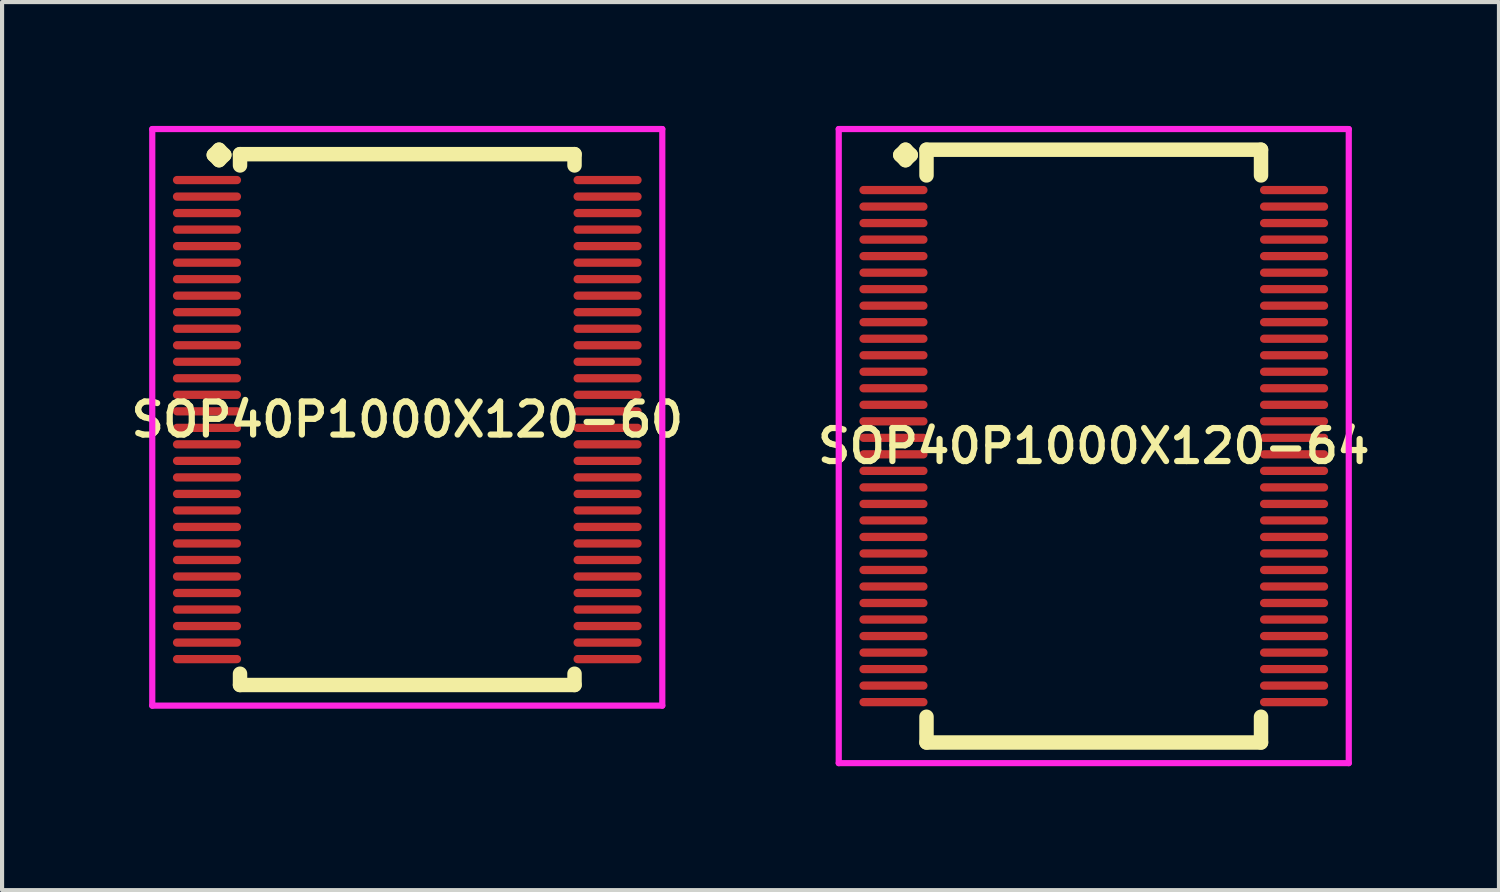
<source format=kicad_pcb>
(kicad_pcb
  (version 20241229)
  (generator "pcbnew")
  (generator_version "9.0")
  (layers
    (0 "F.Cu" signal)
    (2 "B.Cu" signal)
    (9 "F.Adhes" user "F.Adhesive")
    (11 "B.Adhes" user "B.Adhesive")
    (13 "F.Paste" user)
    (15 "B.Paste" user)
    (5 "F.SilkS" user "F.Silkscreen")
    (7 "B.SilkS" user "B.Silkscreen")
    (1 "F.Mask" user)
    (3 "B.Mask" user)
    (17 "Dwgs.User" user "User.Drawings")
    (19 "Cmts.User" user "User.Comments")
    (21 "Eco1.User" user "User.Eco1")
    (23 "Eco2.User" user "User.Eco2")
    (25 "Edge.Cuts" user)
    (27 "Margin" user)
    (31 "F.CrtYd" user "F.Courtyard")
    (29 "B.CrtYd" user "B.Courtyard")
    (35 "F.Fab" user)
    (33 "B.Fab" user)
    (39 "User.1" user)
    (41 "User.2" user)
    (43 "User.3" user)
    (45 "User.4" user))
  (footprint "SOP40P1000X120-60"
    (layer "F.Cu")
    (at 6.812 7.11)
    (property "Reference" "SOP40P1000X120-60" (at 0 0 0) (layer "F.SilkS") (effects (font (size 0.8 0.8) (thickness 0.15))))
    (attr smd)
    (fp_line (start -4.685 -6.408) (end -4.558 -6.535) (stroke (width 0.35) (type solid)) (layer "F.SilkS"))
    (fp_line (start -4.558 -6.535) (end -4.431 -6.408) (stroke (width 0.35) (type solid)) (layer "F.SilkS"))
    (fp_line (start -4.558 -6.281) (end -4.685 -6.408) (stroke (width 0.35) (type solid)) (layer "F.SilkS"))
    (fp_line (start -4.431 -6.408) (end -4.558 -6.281) (stroke (width 0.35) (type solid)) (layer "F.SilkS"))
    (fp_line (start -4.05 -6.427) (end 4.05 -6.427) (stroke (width 0.35) (type solid)) (layer "F.SilkS"))
    (fp_line (start -4.05 -6.154) (end -4.05 -6.427) (stroke (width 0.35) (type solid)) (layer "F.SilkS"))
    (fp_line (start -4.05 6.154) (end -4.05 6.427) (stroke (width 0.35) (type solid)) (layer "F.SilkS"))
    (fp_line (start -4.05 6.427) (end 4.05 6.427) (stroke (width 0.35) (type solid)) (layer "F.SilkS"))
    (fp_line (start 4.05 -6.427) (end 4.05 -6.154) (stroke (width 0.35) (type solid)) (layer "F.SilkS"))
    (fp_line (start 4.05 6.427) (end 4.05 6.154) (stroke (width 0.35) (type solid)) (layer "F.SilkS"))
    (fp_line (start -6.175 -7.035) (end 6.175 -7.035) (stroke (width 0.15) (type solid)) (layer "F.CrtYd"))
    (fp_line (start -6.175 6.927) (end -6.175 -7.035) (stroke (width 0.15) (type solid)) (layer "F.CrtYd"))
    (fp_line (start 6.175 -7.035) (end 6.175 6.927) (stroke (width 0.15) (type solid)) (layer "F.CrtYd"))
    (fp_line (start 6.175 6.927) (end -6.175 6.927) (stroke (width 0.15) (type solid)) (layer "F.CrtYd"))
    (pad "1" smd oval (at -4.85 -5.8) (size 1.65 0.2) (layers "F.Cu" "F.Mask" "F.Paste"))
    (pad "2" smd oval (at -4.85 -5.4) (size 1.65 0.2) (layers "F.Cu" "F.Mask" "F.Paste"))
    (pad "3" smd oval (at -4.85 -5) (size 1.65 0.2) (layers "F.Cu" "F.Mask" "F.Paste"))
    (pad "4" smd oval (at -4.85 -4.6) (size 1.65 0.2) (layers "F.Cu" "F.Mask" "F.Paste"))
    (pad "5" smd oval (at -4.85 -4.2) (size 1.65 0.2) (layers "F.Cu" "F.Mask" "F.Paste"))
    (pad "6" smd oval (at -4.85 -3.8) (size 1.65 0.2) (layers "F.Cu" "F.Mask" "F.Paste"))
    (pad "7" smd oval (at -4.85 -3.4) (size 1.65 0.2) (layers "F.Cu" "F.Mask" "F.Paste"))
    (pad "8" smd oval (at -4.85 -3) (size 1.65 0.2) (layers "F.Cu" "F.Mask" "F.Paste"))
    (pad "9" smd oval (at -4.85 -2.6) (size 1.65 0.2) (layers "F.Cu" "F.Mask" "F.Paste"))
    (pad "10" smd oval (at -4.85 -2.2) (size 1.65 0.2) (layers "F.Cu" "F.Mask" "F.Paste"))
    (pad "11" smd oval (at -4.85 -1.8) (size 1.65 0.2) (layers "F.Cu" "F.Mask" "F.Paste"))
    (pad "12" smd oval (at -4.85 -1.4) (size 1.65 0.2) (layers "F.Cu" "F.Mask" "F.Paste"))
    (pad "13" smd oval (at -4.85 -1) (size 1.65 0.2) (layers "F.Cu" "F.Mask" "F.Paste"))
    (pad "14" smd oval (at -4.85 -0.6) (size 1.65 0.2) (layers "F.Cu" "F.Mask" "F.Paste"))
    (pad "15" smd oval (at -4.85 -0.2) (size 1.65 0.2) (layers "F.Cu" "F.Mask" "F.Paste"))
    (pad "16" smd oval (at -4.85 0.2) (size 1.65 0.2) (layers "F.Cu" "F.Mask" "F.Paste"))
    (pad "17" smd oval (at -4.85 0.6) (size 1.65 0.2) (layers "F.Cu" "F.Mask" "F.Paste"))
    (pad "18" smd oval (at -4.85 1) (size 1.65 0.2) (layers "F.Cu" "F.Mask" "F.Paste"))
    (pad "19" smd oval (at -4.85 1.4) (size 1.65 0.2) (layers "F.Cu" "F.Mask" "F.Paste"))
    (pad "20" smd oval (at -4.85 1.8) (size 1.65 0.2) (layers "F.Cu" "F.Mask" "F.Paste"))
    (pad "21" smd oval (at -4.85 2.2) (size 1.65 0.2) (layers "F.Cu" "F.Mask" "F.Paste"))
    (pad "22" smd oval (at -4.85 2.6) (size 1.65 0.2) (layers "F.Cu" "F.Mask" "F.Paste"))
    (pad "23" smd oval (at -4.85 3) (size 1.65 0.2) (layers "F.Cu" "F.Mask" "F.Paste"))
    (pad "24" smd oval (at -4.85 3.4) (size 1.65 0.2) (layers "F.Cu" "F.Mask" "F.Paste"))
    (pad "25" smd oval (at -4.85 3.8) (size 1.65 0.2) (layers "F.Cu" "F.Mask" "F.Paste"))
    (pad "26" smd oval (at -4.85 4.2) (size 1.65 0.2) (layers "F.Cu" "F.Mask" "F.Paste"))
    (pad "27" smd oval (at -4.85 4.6) (size 1.65 0.2) (layers "F.Cu" "F.Mask" "F.Paste"))
    (pad "28" smd oval (at -4.85 5) (size 1.65 0.2) (layers "F.Cu" "F.Mask" "F.Paste"))
    (pad "29" smd oval (at -4.85 5.4) (size 1.65 0.2) (layers "F.Cu" "F.Mask" "F.Paste"))
    (pad "30" smd oval (at -4.85 5.8) (size 1.65 0.2) (layers "F.Cu" "F.Mask" "F.Paste"))
    (pad "31" smd oval (at 4.85 5.8) (size 1.65 0.2) (layers "F.Cu" "F.Mask" "F.Paste"))
    (pad "32" smd oval (at 4.85 5.4) (size 1.65 0.2) (layers "F.Cu" "F.Mask" "F.Paste"))
    (pad "33" smd oval (at 4.85 5) (size 1.65 0.2) (layers "F.Cu" "F.Mask" "F.Paste"))
    (pad "34" smd oval (at 4.85 4.6) (size 1.65 0.2) (layers "F.Cu" "F.Mask" "F.Paste"))
    (pad "35" smd oval (at 4.85 4.2) (size 1.65 0.2) (layers "F.Cu" "F.Mask" "F.Paste"))
    (pad "36" smd oval (at 4.85 3.8) (size 1.65 0.2) (layers "F.Cu" "F.Mask" "F.Paste"))
    (pad "37" smd oval (at 4.85 3.4) (size 1.65 0.2) (layers "F.Cu" "F.Mask" "F.Paste"))
    (pad "38" smd oval (at 4.85 3) (size 1.65 0.2) (layers "F.Cu" "F.Mask" "F.Paste"))
    (pad "39" smd oval (at 4.85 2.6) (size 1.65 0.2) (layers "F.Cu" "F.Mask" "F.Paste"))
    (pad "40" smd oval (at 4.85 2.2) (size 1.65 0.2) (layers "F.Cu" "F.Mask" "F.Paste"))
    (pad "41" smd oval (at 4.85 1.8) (size 1.65 0.2) (layers "F.Cu" "F.Mask" "F.Paste"))
    (pad "42" smd oval (at 4.85 1.4) (size 1.65 0.2) (layers "F.Cu" "F.Mask" "F.Paste"))
    (pad "43" smd oval (at 4.85 1) (size 1.65 0.2) (layers "F.Cu" "F.Mask" "F.Paste"))
    (pad "44" smd oval (at 4.85 0.6) (size 1.65 0.2) (layers "F.Cu" "F.Mask" "F.Paste"))
    (pad "45" smd oval (at 4.85 0.2) (size 1.65 0.2) (layers "F.Cu" "F.Mask" "F.Paste"))
    (pad "46" smd oval (at 4.85 -0.2) (size 1.65 0.2) (layers "F.Cu" "F.Mask" "F.Paste"))
    (pad "47" smd oval (at 4.85 -0.6) (size 1.65 0.2) (layers "F.Cu" "F.Mask" "F.Paste"))
    (pad "48" smd oval (at 4.85 -1) (size 1.65 0.2) (layers "F.Cu" "F.Mask" "F.Paste"))
    (pad "49" smd oval (at 4.85 -1.4) (size 1.65 0.2) (layers "F.Cu" "F.Mask" "F.Paste"))
    (pad "50" smd oval (at 4.85 -1.8) (size 1.65 0.2) (layers "F.Cu" "F.Mask" "F.Paste"))
    (pad "51" smd oval (at 4.85 -2.2) (size 1.65 0.2) (layers "F.Cu" "F.Mask" "F.Paste"))
    (pad "52" smd oval (at 4.85 -2.6) (size 1.65 0.2) (layers "F.Cu" "F.Mask" "F.Paste"))
    (pad "53" smd oval (at 4.85 -3) (size 1.65 0.2) (layers "F.Cu" "F.Mask" "F.Paste"))
    (pad "54" smd oval (at 4.85 -3.4) (size 1.65 0.2) (layers "F.Cu" "F.Mask" "F.Paste"))
    (pad "55" smd oval (at 4.85 -3.8) (size 1.65 0.2) (layers "F.Cu" "F.Mask" "F.Paste"))
    (pad "56" smd oval (at 4.85 -4.2) (size 1.65 0.2) (layers "F.Cu" "F.Mask" "F.Paste"))
    (pad "57" smd oval (at 4.85 -4.6) (size 1.65 0.2) (layers "F.Cu" "F.Mask" "F.Paste"))
    (pad "58" smd oval (at 4.85 -5) (size 1.65 0.2) (layers "F.Cu" "F.Mask" "F.Paste"))
    (pad "59" smd oval (at 4.85 -5.4) (size 1.65 0.2) (layers "F.Cu" "F.Mask" "F.Paste"))
    (pad "60" smd oval (at 4.85 -5.8) (size 1.65 0.2) (layers "F.Cu" "F.Mask" "F.Paste")))
  (footprint "SOP40P1000X120-64"
    (layer "F.Cu")
    (at 23.435 7.752)
    (property "Reference" "SOP40P1000X120-64" (at 0 0 0) (layer "F.SilkS") (effects (font (size 0.8 0.8) (thickness 0.15))))
    (attr smd)
    (fp_line (start -4.685 -7.05) (end -4.558 -7.177) (stroke (width 0.35) (type solid)) (layer "F.SilkS"))
    (fp_line (start -4.558 -7.177) (end -4.431 -7.05) (stroke (width 0.35) (type solid)) (layer "F.SilkS"))
    (fp_line (start -4.558 -6.923) (end -4.685 -7.05) (stroke (width 0.35) (type solid)) (layer "F.SilkS"))
    (fp_line (start -4.431 -7.05) (end -4.558 -6.923) (stroke (width 0.35) (type solid)) (layer "F.SilkS"))
    (fp_line (start -4.05 -7.177) (end 4.05 -7.177) (stroke (width 0.35) (type solid)) (layer "F.SilkS"))
    (fp_line (start -4.05 -6.554) (end -4.05 -7.177) (stroke (width 0.35) (type solid)) (layer "F.SilkS"))
    (fp_line (start -4.05 6.554) (end -4.05 7.177) (stroke (width 0.35) (type solid)) (layer "F.SilkS"))
    (fp_line (start -4.05 7.177) (end 4.05 7.177) (stroke (width 0.35) (type solid)) (layer "F.SilkS"))
    (fp_line (start 4.05 -7.177) (end 4.05 -6.554) (stroke (width 0.35) (type solid)) (layer "F.SilkS"))
    (fp_line (start 4.05 7.177) (end 4.05 6.554) (stroke (width 0.35) (type solid)) (layer "F.SilkS"))
    (fp_line (start -6.175 -7.677) (end 6.175 -7.677) (stroke (width 0.15) (type solid)) (layer "F.CrtYd"))
    (fp_line (start -6.175 7.677) (end -6.175 -7.677) (stroke (width 0.15) (type solid)) (layer "F.CrtYd"))
    (fp_line (start 6.175 -7.677) (end 6.175 7.677) (stroke (width 0.15) (type solid)) (layer "F.CrtYd"))
    (fp_line (start 6.175 7.677) (end -6.175 7.677) (stroke (width 0.15) (type solid)) (layer "F.CrtYd"))
    (pad "1" smd oval (at -4.85 -6.2) (size 1.65 0.2) (layers "F.Cu" "F.Mask" "F.Paste"))
    (pad "2" smd oval (at -4.85 -5.8) (size 1.65 0.2) (layers "F.Cu" "F.Mask" "F.Paste"))
    (pad "3" smd oval (at -4.85 -5.4) (size 1.65 0.2) (layers "F.Cu" "F.Mask" "F.Paste"))
    (pad "4" smd oval (at -4.85 -5) (size 1.65 0.2) (layers "F.Cu" "F.Mask" "F.Paste"))
    (pad "5" smd oval (at -4.85 -4.6) (size 1.65 0.2) (layers "F.Cu" "F.Mask" "F.Paste"))
    (pad "6" smd oval (at -4.85 -4.2) (size 1.65 0.2) (layers "F.Cu" "F.Mask" "F.Paste"))
    (pad "7" smd oval (at -4.85 -3.8) (size 1.65 0.2) (layers "F.Cu" "F.Mask" "F.Paste"))
    (pad "8" smd oval (at -4.85 -3.4) (size 1.65 0.2) (layers "F.Cu" "F.Mask" "F.Paste"))
    (pad "9" smd oval (at -4.85 -3) (size 1.65 0.2) (layers "F.Cu" "F.Mask" "F.Paste"))
    (pad "10" smd oval (at -4.85 -2.6) (size 1.65 0.2) (layers "F.Cu" "F.Mask" "F.Paste"))
    (pad "11" smd oval (at -4.85 -2.2) (size 1.65 0.2) (layers "F.Cu" "F.Mask" "F.Paste"))
    (pad "12" smd oval (at -4.85 -1.8) (size 1.65 0.2) (layers "F.Cu" "F.Mask" "F.Paste"))
    (pad "13" smd oval (at -4.85 -1.4) (size 1.65 0.2) (layers "F.Cu" "F.Mask" "F.Paste"))
    (pad "14" smd oval (at -4.85 -1) (size 1.65 0.2) (layers "F.Cu" "F.Mask" "F.Paste"))
    (pad "15" smd oval (at -4.85 -0.6) (size 1.65 0.2) (layers "F.Cu" "F.Mask" "F.Paste"))
    (pad "16" smd oval (at -4.85 -0.2) (size 1.65 0.2) (layers "F.Cu" "F.Mask" "F.Paste"))
    (pad "17" smd oval (at -4.85 0.2) (size 1.65 0.2) (layers "F.Cu" "F.Mask" "F.Paste"))
    (pad "18" smd oval (at -4.85 0.6) (size 1.65 0.2) (layers "F.Cu" "F.Mask" "F.Paste"))
    (pad "19" smd oval (at -4.85 1) (size 1.65 0.2) (layers "F.Cu" "F.Mask" "F.Paste"))
    (pad "20" smd oval (at -4.85 1.4) (size 1.65 0.2) (layers "F.Cu" "F.Mask" "F.Paste"))
    (pad "21" smd oval (at -4.85 1.8) (size 1.65 0.2) (layers "F.Cu" "F.Mask" "F.Paste"))
    (pad "22" smd oval (at -4.85 2.2) (size 1.65 0.2) (layers "F.Cu" "F.Mask" "F.Paste"))
    (pad "23" smd oval (at -4.85 2.6) (size 1.65 0.2) (layers "F.Cu" "F.Mask" "F.Paste"))
    (pad "24" smd oval (at -4.85 3) (size 1.65 0.2) (layers "F.Cu" "F.Mask" "F.Paste"))
    (pad "25" smd oval (at -4.85 3.4) (size 1.65 0.2) (layers "F.Cu" "F.Mask" "F.Paste"))
    (pad "26" smd oval (at -4.85 3.8) (size 1.65 0.2) (layers "F.Cu" "F.Mask" "F.Paste"))
    (pad "27" smd oval (at -4.85 4.2) (size 1.65 0.2) (layers "F.Cu" "F.Mask" "F.Paste"))
    (pad "28" smd oval (at -4.85 4.6) (size 1.65 0.2) (layers "F.Cu" "F.Mask" "F.Paste"))
    (pad "29" smd oval (at -4.85 5) (size 1.65 0.2) (layers "F.Cu" "F.Mask" "F.Paste"))
    (pad "30" smd oval (at -4.85 5.4) (size 1.65 0.2) (layers "F.Cu" "F.Mask" "F.Paste"))
    (pad "31" smd oval (at -4.85 5.8) (size 1.65 0.2) (layers "F.Cu" "F.Mask" "F.Paste"))
    (pad "32" smd oval (at -4.85 6.2) (size 1.65 0.2) (layers "F.Cu" "F.Mask" "F.Paste"))
    (pad "33" smd oval (at 4.85 6.2) (size 1.65 0.2) (layers "F.Cu" "F.Mask" "F.Paste"))
    (pad "34" smd oval (at 4.85 5.8) (size 1.65 0.2) (layers "F.Cu" "F.Mask" "F.Paste"))
    (pad "35" smd oval (at 4.85 5.4) (size 1.65 0.2) (layers "F.Cu" "F.Mask" "F.Paste"))
    (pad "36" smd oval (at 4.85 5) (size 1.65 0.2) (layers "F.Cu" "F.Mask" "F.Paste"))
    (pad "37" smd oval (at 4.85 4.6) (size 1.65 0.2) (layers "F.Cu" "F.Mask" "F.Paste"))
    (pad "38" smd oval (at 4.85 4.2) (size 1.65 0.2) (layers "F.Cu" "F.Mask" "F.Paste"))
    (pad "39" smd oval (at 4.85 3.8) (size 1.65 0.2) (layers "F.Cu" "F.Mask" "F.Paste"))
    (pad "40" smd oval (at 4.85 3.4) (size 1.65 0.2) (layers "F.Cu" "F.Mask" "F.Paste"))
    (pad "41" smd oval (at 4.85 3) (size 1.65 0.2) (layers "F.Cu" "F.Mask" "F.Paste"))
    (pad "42" smd oval (at 4.85 2.6) (size 1.65 0.2) (layers "F.Cu" "F.Mask" "F.Paste"))
    (pad "43" smd oval (at 4.85 2.2) (size 1.65 0.2) (layers "F.Cu" "F.Mask" "F.Paste"))
    (pad "44" smd oval (at 4.85 1.8) (size 1.65 0.2) (layers "F.Cu" "F.Mask" "F.Paste"))
    (pad "45" smd oval (at 4.85 1.4) (size 1.65 0.2) (layers "F.Cu" "F.Mask" "F.Paste"))
    (pad "46" smd oval (at 4.85 1) (size 1.65 0.2) (layers "F.Cu" "F.Mask" "F.Paste"))
    (pad "47" smd oval (at 4.85 0.6) (size 1.65 0.2) (layers "F.Cu" "F.Mask" "F.Paste"))
    (pad "48" smd oval (at 4.85 0.2) (size 1.65 0.2) (layers "F.Cu" "F.Mask" "F.Paste"))
    (pad "49" smd oval (at 4.85 -0.2) (size 1.65 0.2) (layers "F.Cu" "F.Mask" "F.Paste"))
    (pad "50" smd oval (at 4.85 -0.6) (size 1.65 0.2) (layers "F.Cu" "F.Mask" "F.Paste"))
    (pad "51" smd oval (at 4.85 -1) (size 1.65 0.2) (layers "F.Cu" "F.Mask" "F.Paste"))
    (pad "52" smd oval (at 4.85 -1.4) (size 1.65 0.2) (layers "F.Cu" "F.Mask" "F.Paste"))
    (pad "53" smd oval (at 4.85 -1.8) (size 1.65 0.2) (layers "F.Cu" "F.Mask" "F.Paste"))
    (pad "54" smd oval (at 4.85 -2.2) (size 1.65 0.2) (layers "F.Cu" "F.Mask" "F.Paste"))
    (pad "55" smd oval (at 4.85 -2.6) (size 1.65 0.2) (layers "F.Cu" "F.Mask" "F.Paste"))
    (pad "56" smd oval (at 4.85 -3) (size 1.65 0.2) (layers "F.Cu" "F.Mask" "F.Paste"))
    (pad "57" smd oval (at 4.85 -3.4) (size 1.65 0.2) (layers "F.Cu" "F.Mask" "F.Paste"))
    (pad "58" smd oval (at 4.85 -3.8) (size 1.65 0.2) (layers "F.Cu" "F.Mask" "F.Paste"))
    (pad "59" smd oval (at 4.85 -4.2) (size 1.65 0.2) (layers "F.Cu" "F.Mask" "F.Paste"))
    (pad "60" smd oval (at 4.85 -4.6) (size 1.65 0.2) (layers "F.Cu" "F.Mask" "F.Paste"))
    (pad "61" smd oval (at 4.85 -5) (size 1.65 0.2) (layers "F.Cu" "F.Mask" "F.Paste"))
    (pad "62" smd oval (at 4.85 -5.4) (size 1.65 0.2) (layers "F.Cu" "F.Mask" "F.Paste"))
    (pad "63" smd oval (at 4.85 -5.8) (size 1.65 0.2) (layers "F.Cu" "F.Mask" "F.Paste"))
    (pad "64" smd oval (at 4.85 -6.2) (size 1.65 0.2) (layers "F.Cu" "F.Mask" "F.Paste")))
  (gr_rect
    (start -3 -3)
    (end 33.247 18.504)
    (stroke (width 0.1) (type default))
    (fill no)
    (layer "Edge.Cuts")))
</source>
